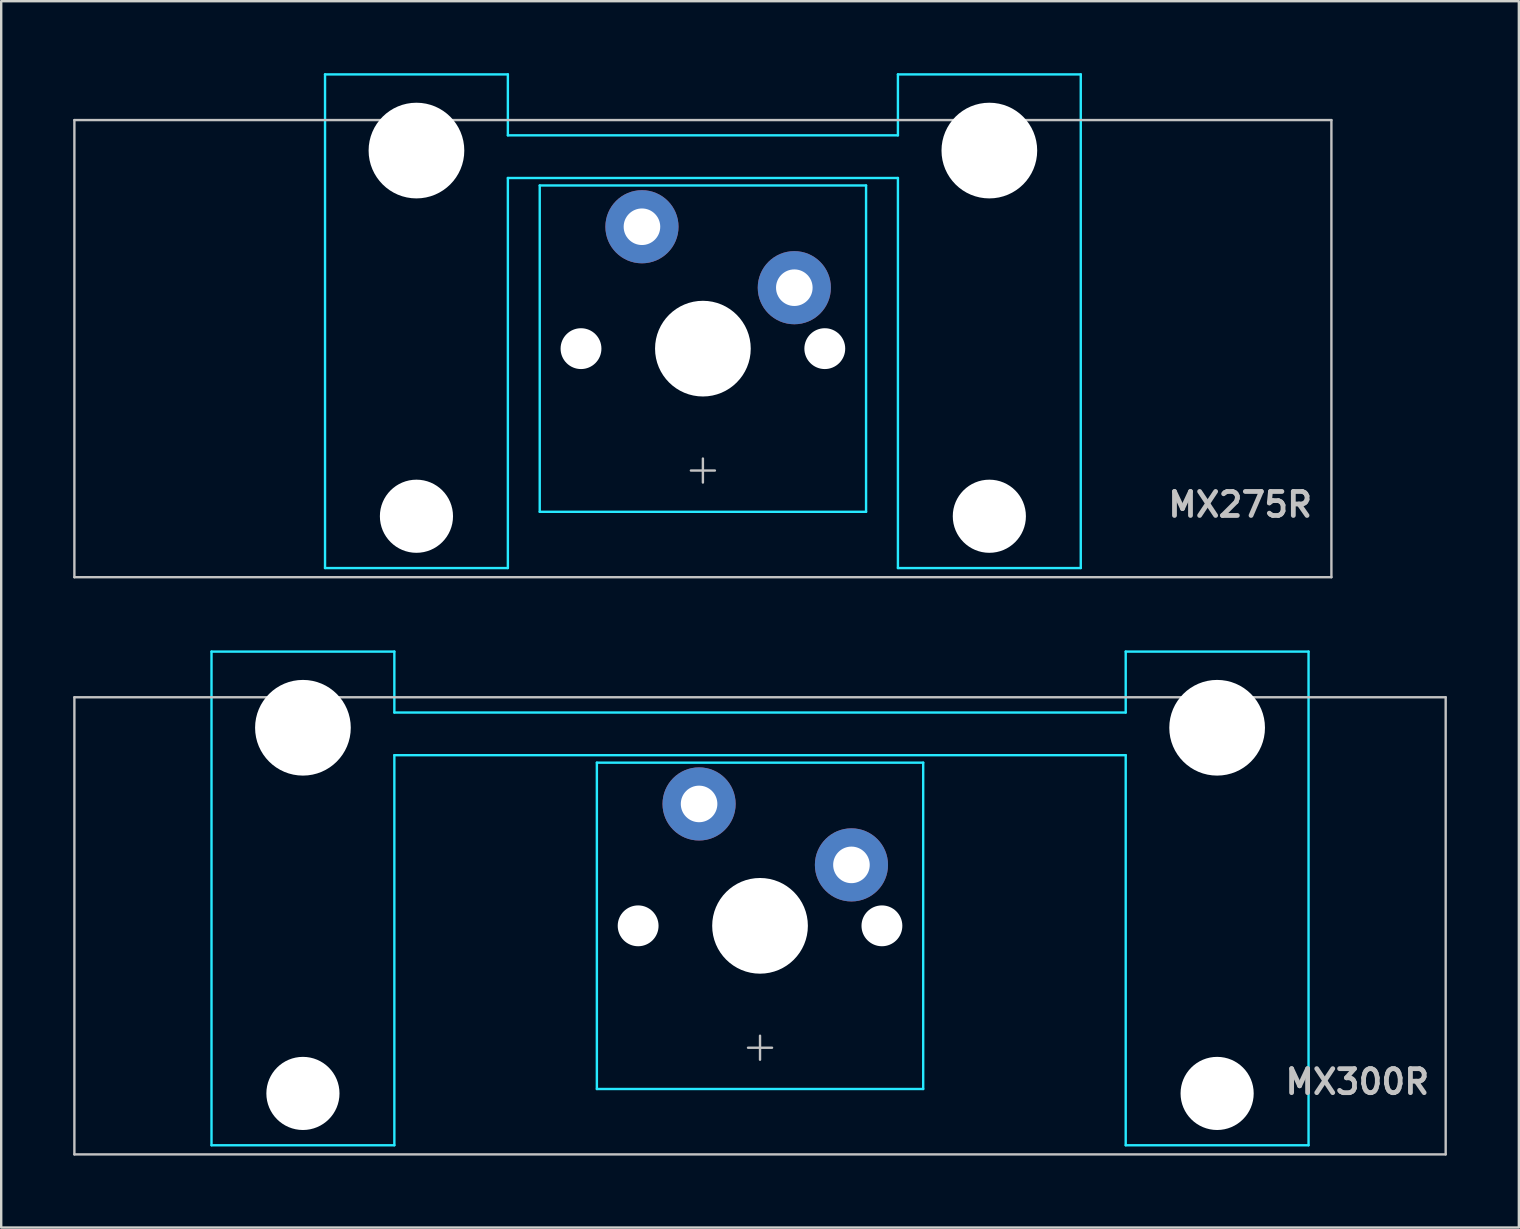
<source format=kicad_pcb>
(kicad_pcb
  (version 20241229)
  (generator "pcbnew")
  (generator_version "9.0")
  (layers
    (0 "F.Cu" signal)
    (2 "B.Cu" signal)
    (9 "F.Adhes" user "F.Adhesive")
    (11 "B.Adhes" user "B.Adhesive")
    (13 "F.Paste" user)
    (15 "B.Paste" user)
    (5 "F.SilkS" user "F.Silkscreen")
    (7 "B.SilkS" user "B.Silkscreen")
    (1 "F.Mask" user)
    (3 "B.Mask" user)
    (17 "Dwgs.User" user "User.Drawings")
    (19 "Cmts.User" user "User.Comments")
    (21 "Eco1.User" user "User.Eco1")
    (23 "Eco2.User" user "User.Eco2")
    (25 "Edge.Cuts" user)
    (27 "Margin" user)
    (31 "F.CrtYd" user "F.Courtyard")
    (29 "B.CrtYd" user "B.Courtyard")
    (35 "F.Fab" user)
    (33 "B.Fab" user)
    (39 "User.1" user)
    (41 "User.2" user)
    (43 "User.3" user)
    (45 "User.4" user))
  (footprint "MX300R"
    (layer "F.Cu")
    (at 28.625 35.535)
    (property "Reference" "MX300R" (at 28 6.5 0) (layer "Dwgs.User") (effects (font (size 1 1) (thickness 0.2)) (justify right)))
    (attr through_hole)
    (fp_line (start -28.575 -9.525) (end -28.575 9.525) (stroke (width 0.1) (type solid)) (layer "Dwgs.User"))
    (fp_line (start -28.575 -9.525) (end 28.575 -9.525) (stroke (width 0.1) (type solid)) (layer "Dwgs.User"))
    (fp_line (start -28.575 9.525) (end 28.575 9.525) (stroke (width 0.1) (type solid)) (layer "Dwgs.User"))
    (fp_line (start -0.5 5.08) (end 0.5 5.08) (stroke (width 0.1) (type solid)) (layer "Dwgs.User"))
    (fp_line (start 0 5.58) (end 0 4.58) (stroke (width 0.1) (type solid)) (layer "Dwgs.User"))
    (fp_line (start 28.575 -9.525) (end 28.575 9.525) (stroke (width 0.1) (type solid)) (layer "Dwgs.User"))
    (fp_line (start -22.55 -8.515) (end -22.55 5.485) (stroke (width 0.1) (type solid)) (layer "Eco1.User"))
    (fp_line (start -22.05 -9.015) (end -16.05 -9.015) (stroke (width 0.1) (type solid)) (layer "Eco1.User"))
    (fp_line (start -16.05 5.985) (end -22.05 5.985) (stroke (width 0.1) (type solid)) (layer "Eco1.User"))
    (fp_line (start -15.55 5.485) (end -15.55 -8.515) (stroke (width 0.1) (type solid)) (layer "Eco1.User"))
    (fp_line (start -7 -6.5) (end -7 6.5) (stroke (width 0.1) (type solid)) (layer "Eco1.User"))
    (fp_line (start -6.5 7) (end 6.5 7) (stroke (width 0.1) (type solid)) (layer "Eco1.User"))
    (fp_line (start 6.5 -7) (end -6.5 -7) (stroke (width 0.1) (type solid)) (layer "Eco1.User"))
    (fp_line (start 7 6.5) (end 7 -6.5) (stroke (width 0.1) (type solid)) (layer "Eco1.User"))
    (fp_line (start 15.55 -8.515) (end 15.55 5.485) (stroke (width 0.1) (type solid)) (layer "Eco1.User"))
    (fp_line (start 16.05 -9.015) (end 22.05 -9.015) (stroke (width 0.1) (type solid)) (layer "Eco1.User"))
    (fp_line (start 22.05 5.985) (end 16.05 5.985) (stroke (width 0.1) (type solid)) (layer "Eco1.User"))
    (fp_line (start 22.55 5.485) (end 22.55 -8.515) (stroke (width 0.1) (type solid)) (layer "Eco1.User"))
    (fp_arc (start -22.55 -8.515) (mid -22.403553 -8.868553) (end -22.05 -9.015) (stroke (width 0.1) (type solid)) (layer "Eco1.User"))
    (fp_arc (start -22.05 5.985) (mid -22.403553 5.838553) (end -22.55 5.485) (stroke (width 0.1) (type solid)) (layer "Eco1.User"))
    (fp_arc (start -16.05 -9.015) (mid -15.696447 -8.868553) (end -15.55 -8.515) (stroke (width 0.1) (type solid)) (layer "Eco1.User"))
    (fp_arc (start -15.55 5.485) (mid -15.696447 5.838553) (end -16.05 5.985) (stroke (width 0.1) (type solid)) (layer "Eco1.User"))
    (fp_arc (start -7 -6.5) (mid -6.853553 -6.853553) (end -6.5 -7) (stroke (width 0.1) (type solid)) (layer "Eco1.User"))
    (fp_arc (start -6.5 7) (mid -6.853553 6.853553) (end -7 6.5) (stroke (width 0.1) (type solid)) (layer "Eco1.User"))
    (fp_arc (start 6.5 -7) (mid 6.853553 -6.853553) (end 7 -6.5) (stroke (width 0.1) (type solid)) (layer "Eco1.User"))
    (fp_arc (start 7 6.5) (mid 6.853553 6.853553) (end 6.5 7) (stroke (width 0.1) (type solid)) (layer "Eco1.User"))
    (fp_arc (start 15.55 -8.515) (mid 15.696447 -8.868553) (end 16.05 -9.015) (stroke (width 0.1) (type solid)) (layer "Eco1.User"))
    (fp_arc (start 16.05 5.985) (mid 15.696447 5.838553) (end 15.55 5.485) (stroke (width 0.1) (type solid)) (layer "Eco1.User"))
    (fp_arc (start 22.05 -9.015) (mid 22.403553 -8.868553) (end 22.55 -8.515) (stroke (width 0.1) (type solid)) (layer "Eco1.User"))
    (fp_arc (start 22.55 5.485) (mid 22.403553 5.838553) (end 22.05 5.985) (stroke (width 0.1) (type solid)) (layer "Eco1.User"))
    (fp_line (start -22.86 -11.43) (end -15.24 -11.43) (stroke (width 0.1) (type solid)) (layer "B.CrtYd"))
    (fp_line (start -22.86 9.144) (end -22.86 -11.43) (stroke (width 0.1) (type solid)) (layer "B.CrtYd"))
    (fp_line (start -15.24 -11.43) (end -15.24 -8.89) (stroke (width 0.1) (type solid)) (layer "B.CrtYd"))
    (fp_line (start -15.24 9.144) (end -22.86 9.144) (stroke (width 0.1) (type solid)) (layer "B.CrtYd"))
    (fp_line (start -15.24 9.144) (end -15.24 -7.112) (stroke (width 0.1) (type solid)) (layer "B.CrtYd"))
    (fp_line (start -6.8 6.8) (end -6.8 -6.8) (stroke (width 0.1) (type solid)) (layer "B.CrtYd"))
    (fp_line (start 6.8 -6.8) (end -6.8 -6.8) (stroke (width 0.1) (type solid)) (layer "B.CrtYd"))
    (fp_line (start 6.8 6.8) (end -6.8 6.8) (stroke (width 0.1) (type solid)) (layer "B.CrtYd"))
    (fp_line (start 6.8 6.8) (end 6.8 -6.8) (stroke (width 0.1) (type solid)) (layer "B.CrtYd"))
    (fp_line (start 15.24 -11.43) (end 15.24 -8.89) (stroke (width 0.1) (type solid)) (layer "B.CrtYd"))
    (fp_line (start 15.24 -11.43) (end 22.86 -11.43) (stroke (width 0.1) (type solid)) (layer "B.CrtYd"))
    (fp_line (start 15.24 -8.89) (end -15.24 -8.89) (stroke (width 0.1) (type solid)) (layer "B.CrtYd"))
    (fp_line (start 15.24 -7.112) (end -15.24 -7.112) (stroke (width 0.1) (type solid)) (layer "B.CrtYd"))
    (fp_line (start 15.24 9.144) (end 15.24 -7.112) (stroke (width 0.1) (type solid)) (layer "B.CrtYd"))
    (fp_line (start 22.86 -11.43) (end 22.86 9.144) (stroke (width 0.1) (type solid)) (layer "B.CrtYd"))
    (fp_line (start 22.86 9.144) (end 15.24 9.144) (stroke (width 0.1) (type solid)) (layer "B.CrtYd"))
    (pad "" np_thru_hole circle (at -19.05 -8.255 180) (size 3.988 3.988) (drill 3.988) (layers "*.Cu" "*.Mask"))
    (pad "" np_thru_hole circle (at -19.05 6.985 180) (size 3.048 3.048) (drill 3.048) (layers "*.Cu" "*.Mask"))
    (pad "" smd circle (at -19.05 6.985) (size 3.988 3.988) (layers "F.Mask"))
    (pad "" np_thru_hole circle (at -5.08 0) (size 1.702 1.702) (drill 1.702) (layers "*.Cu" "*.Mask"))
    (pad "" np_thru_hole circle (at 0 0 180) (size 3.988 3.988) (drill 3.988) (layers "*.Cu" "*.Mask"))
    (pad "" np_thru_hole circle (at 5.08 0) (size 1.702 1.702) (drill 1.702) (layers "*.Cu" "*.Mask"))
    (pad "" np_thru_hole circle (at 19.05 -8.255 180) (size 3.988 3.988) (drill 3.988) (layers "*.Cu" "*.Mask"))
    (pad "" np_thru_hole circle (at 19.05 6.985 180) (size 3.048 3.048) (drill 3.048) (layers "*.Cu" "*.Mask"))
    (pad "" smd circle (at 19.05 6.985) (size 3.988 3.988) (layers "F.Mask"))
    (pad "1" thru_hole circle (at -2.54 -5.08) (size 3.048 3.048) (drill 1.524) (layers "*.Cu" "*.Mask"))
    (pad "2" thru_hole circle (at 3.81 -2.54) (size 3.048 3.048) (drill 1.524) (layers "*.Cu" "*.Mask")))
  (footprint "MX275R"
    (layer "F.Cu")
    (at 26.244 11.48)
    (property "Reference" "MX275R" (at 25.5 6.5 0) (layer "Dwgs.User") (effects (font (size 1 1) (thickness 0.2)) (justify right)))
    (attr through_hole)
    (fp_line (start -26.194 -9.525) (end -26.194 9.525) (stroke (width 0.1) (type solid)) (layer "Dwgs.User"))
    (fp_line (start -26.194 -9.525) (end 26.194 -9.525) (stroke (width 0.1) (type solid)) (layer "Dwgs.User"))
    (fp_line (start -26.194 9.525) (end 26.194 9.525) (stroke (width 0.1) (type solid)) (layer "Dwgs.User"))
    (fp_line (start -0.5 5.08) (end 0.5 5.08) (stroke (width 0.1) (type solid)) (layer "Dwgs.User"))
    (fp_line (start 0 5.58) (end 0 4.58) (stroke (width 0.1) (type solid)) (layer "Dwgs.User"))
    (fp_line (start 26.194 -9.525) (end 26.194 9.525) (stroke (width 0.1) (type solid)) (layer "Dwgs.User"))
    (fp_line (start -15.438 -8.515) (end -15.438 5.485) (stroke (width 0.1) (type solid)) (layer "Eco1.User"))
    (fp_line (start -14.938 -9.015) (end -8.938 -9.015) (stroke (width 0.1) (type solid)) (layer "Eco1.User"))
    (fp_line (start -8.938 5.985) (end -14.938 5.985) (stroke (width 0.1) (type solid)) (layer "Eco1.User"))
    (fp_line (start -8.438 5.485) (end -8.438 -8.515) (stroke (width 0.1) (type solid)) (layer "Eco1.User"))
    (fp_line (start -7 -6.5) (end -7 6.5) (stroke (width 0.1) (type solid)) (layer "Eco1.User"))
    (fp_line (start -6.5 7) (end 6.5 7) (stroke (width 0.1) (type solid)) (layer "Eco1.User"))
    (fp_line (start 6.5 -7) (end -6.5 -7) (stroke (width 0.1) (type solid)) (layer "Eco1.User"))
    (fp_line (start 7 6.5) (end 7 -6.5) (stroke (width 0.1) (type solid)) (layer "Eco1.User"))
    (fp_line (start 8.438 -8.515) (end 8.438 5.485) (stroke (width 0.1) (type solid)) (layer "Eco1.User"))
    (fp_line (start 8.938 -9.015) (end 14.938 -9.015) (stroke (width 0.1) (type solid)) (layer "Eco1.User"))
    (fp_line (start 14.938 5.985) (end 8.938 5.985) (stroke (width 0.1) (type solid)) (layer "Eco1.User"))
    (fp_line (start 15.438 5.485) (end 15.438 -8.515) (stroke (width 0.1) (type solid)) (layer "Eco1.User"))
    (fp_arc (start -15.438 -8.515) (mid -15.291553 -8.868553) (end -14.938 -9.015) (stroke (width 0.1) (type solid)) (layer "Eco1.User"))
    (fp_arc (start -14.938 5.985) (mid -15.291553 5.838553) (end -15.438 5.485) (stroke (width 0.1) (type solid)) (layer "Eco1.User"))
    (fp_arc (start -8.938 -9.015) (mid -8.584447 -8.868553) (end -8.438 -8.515) (stroke (width 0.1) (type solid)) (layer "Eco1.User"))
    (fp_arc (start -8.438 5.485) (mid -8.584447 5.838553) (end -8.938 5.985) (stroke (width 0.1) (type solid)) (layer "Eco1.User"))
    (fp_arc (start -7 -6.5) (mid -6.853553 -6.853553) (end -6.5 -7) (stroke (width 0.1) (type solid)) (layer "Eco1.User"))
    (fp_arc (start -6.5 7) (mid -6.853553 6.853553) (end -7 6.5) (stroke (width 0.1) (type solid)) (layer "Eco1.User"))
    (fp_arc (start 6.5 -7) (mid 6.853553 -6.853553) (end 7 -6.5) (stroke (width 0.1) (type solid)) (layer "Eco1.User"))
    (fp_arc (start 7 6.5) (mid 6.853553 6.853553) (end 6.5 7) (stroke (width 0.1) (type solid)) (layer "Eco1.User"))
    (fp_arc (start 8.438 -8.515) (mid 8.584447 -8.868553) (end 8.938 -9.015) (stroke (width 0.1) (type solid)) (layer "Eco1.User"))
    (fp_arc (start 8.938 5.985) (mid 8.584447 5.838553) (end 8.438 5.485) (stroke (width 0.1) (type solid)) (layer "Eco1.User"))
    (fp_arc (start 14.938 -9.015) (mid 15.291553 -8.868553) (end 15.438 -8.515) (stroke (width 0.1) (type solid)) (layer "Eco1.User"))
    (fp_arc (start 15.438 5.485) (mid 15.291553 5.838553) (end 14.938 5.985) (stroke (width 0.1) (type solid)) (layer "Eco1.User"))
    (fp_line (start -15.748 -11.43) (end -8.128 -11.43) (stroke (width 0.1) (type solid)) (layer "B.CrtYd"))
    (fp_line (start -15.748 9.144) (end -15.748 -11.43) (stroke (width 0.1) (type solid)) (layer "B.CrtYd"))
    (fp_line (start -8.128 -11.43) (end -8.128 -8.89) (stroke (width 0.1) (type solid)) (layer "B.CrtYd"))
    (fp_line (start -8.128 9.144) (end -15.748 9.144) (stroke (width 0.1) (type solid)) (layer "B.CrtYd"))
    (fp_line (start -8.128 9.144) (end -8.128 -7.112) (stroke (width 0.1) (type solid)) (layer "B.CrtYd"))
    (fp_line (start -6.8 6.8) (end -6.8 -6.8) (stroke (width 0.1) (type solid)) (layer "B.CrtYd"))
    (fp_line (start 6.8 -6.8) (end -6.8 -6.8) (stroke (width 0.1) (type solid)) (layer "B.CrtYd"))
    (fp_line (start 6.8 6.8) (end -6.8 6.8) (stroke (width 0.1) (type solid)) (layer "B.CrtYd"))
    (fp_line (start 6.8 6.8) (end 6.8 -6.8) (stroke (width 0.1) (type solid)) (layer "B.CrtYd"))
    (fp_line (start 8.128 -11.43) (end 8.128 -8.89) (stroke (width 0.1) (type solid)) (layer "B.CrtYd"))
    (fp_line (start 8.128 -11.43) (end 15.748 -11.43) (stroke (width 0.1) (type solid)) (layer "B.CrtYd"))
    (fp_line (start 8.128 -8.89) (end -8.128 -8.89) (stroke (width 0.1) (type solid)) (layer "B.CrtYd"))
    (fp_line (start 8.128 -7.112) (end -8.128 -7.112) (stroke (width 0.1) (type solid)) (layer "B.CrtYd"))
    (fp_line (start 8.128 9.144) (end 8.128 -7.112) (stroke (width 0.1) (type solid)) (layer "B.CrtYd"))
    (fp_line (start 15.748 -11.43) (end 15.748 9.144) (stroke (width 0.1) (type solid)) (layer "B.CrtYd"))
    (fp_line (start 15.748 9.144) (end 8.128 9.144) (stroke (width 0.1) (type solid)) (layer "B.CrtYd"))
    (pad "" np_thru_hole circle (at -11.938 -8.255 180) (size 3.988 3.988) (drill 3.988) (layers "*.Cu" "*.Mask"))
    (pad "" np_thru_hole circle (at -11.938 6.985 180) (size 3.048 3.048) (drill 3.048) (layers "*.Cu" "*.Mask"))
    (pad "" smd circle (at -11.938 6.985) (size 3.988 3.988) (layers "F.Mask"))
    (pad "" np_thru_hole circle (at -5.08 0) (size 1.702 1.702) (drill 1.702) (layers "*.Cu" "*.Mask"))
    (pad "" np_thru_hole circle (at 0 0) (size 3.988 3.988) (drill 3.988) (layers "*.Cu" "*.Mask"))
    (pad "" np_thru_hole circle (at 5.08 0) (size 1.702 1.702) (drill 1.702) (layers "*.Cu" "*.Mask"))
    (pad "" np_thru_hole circle (at 11.938 -8.255 180) (size 3.988 3.988) (drill 3.988) (layers "*.Cu" "*.Mask"))
    (pad "" np_thru_hole circle (at 11.938 6.985 180) (size 3.048 3.048) (drill 3.048) (layers "*.Cu" "*.Mask"))
    (pad "" smd circle (at 11.938 6.985) (size 3.988 3.988) (layers "F.Mask"))
    (pad "1" thru_hole circle (at -2.54 -5.08) (size 3.048 3.048) (drill 1.524) (layers "*.Cu" "*.Mask"))
    (pad "2" thru_hole circle (at 3.81 -2.54) (size 3.048 3.048) (drill 1.524) (layers "*.Cu" "*.Mask")))
  (gr_rect
    (start -3 -3)
    (end 60.25 48.11)
    (stroke (width 0.1) (type default))
    (fill no)
    (layer "Edge.Cuts")))
</source>
